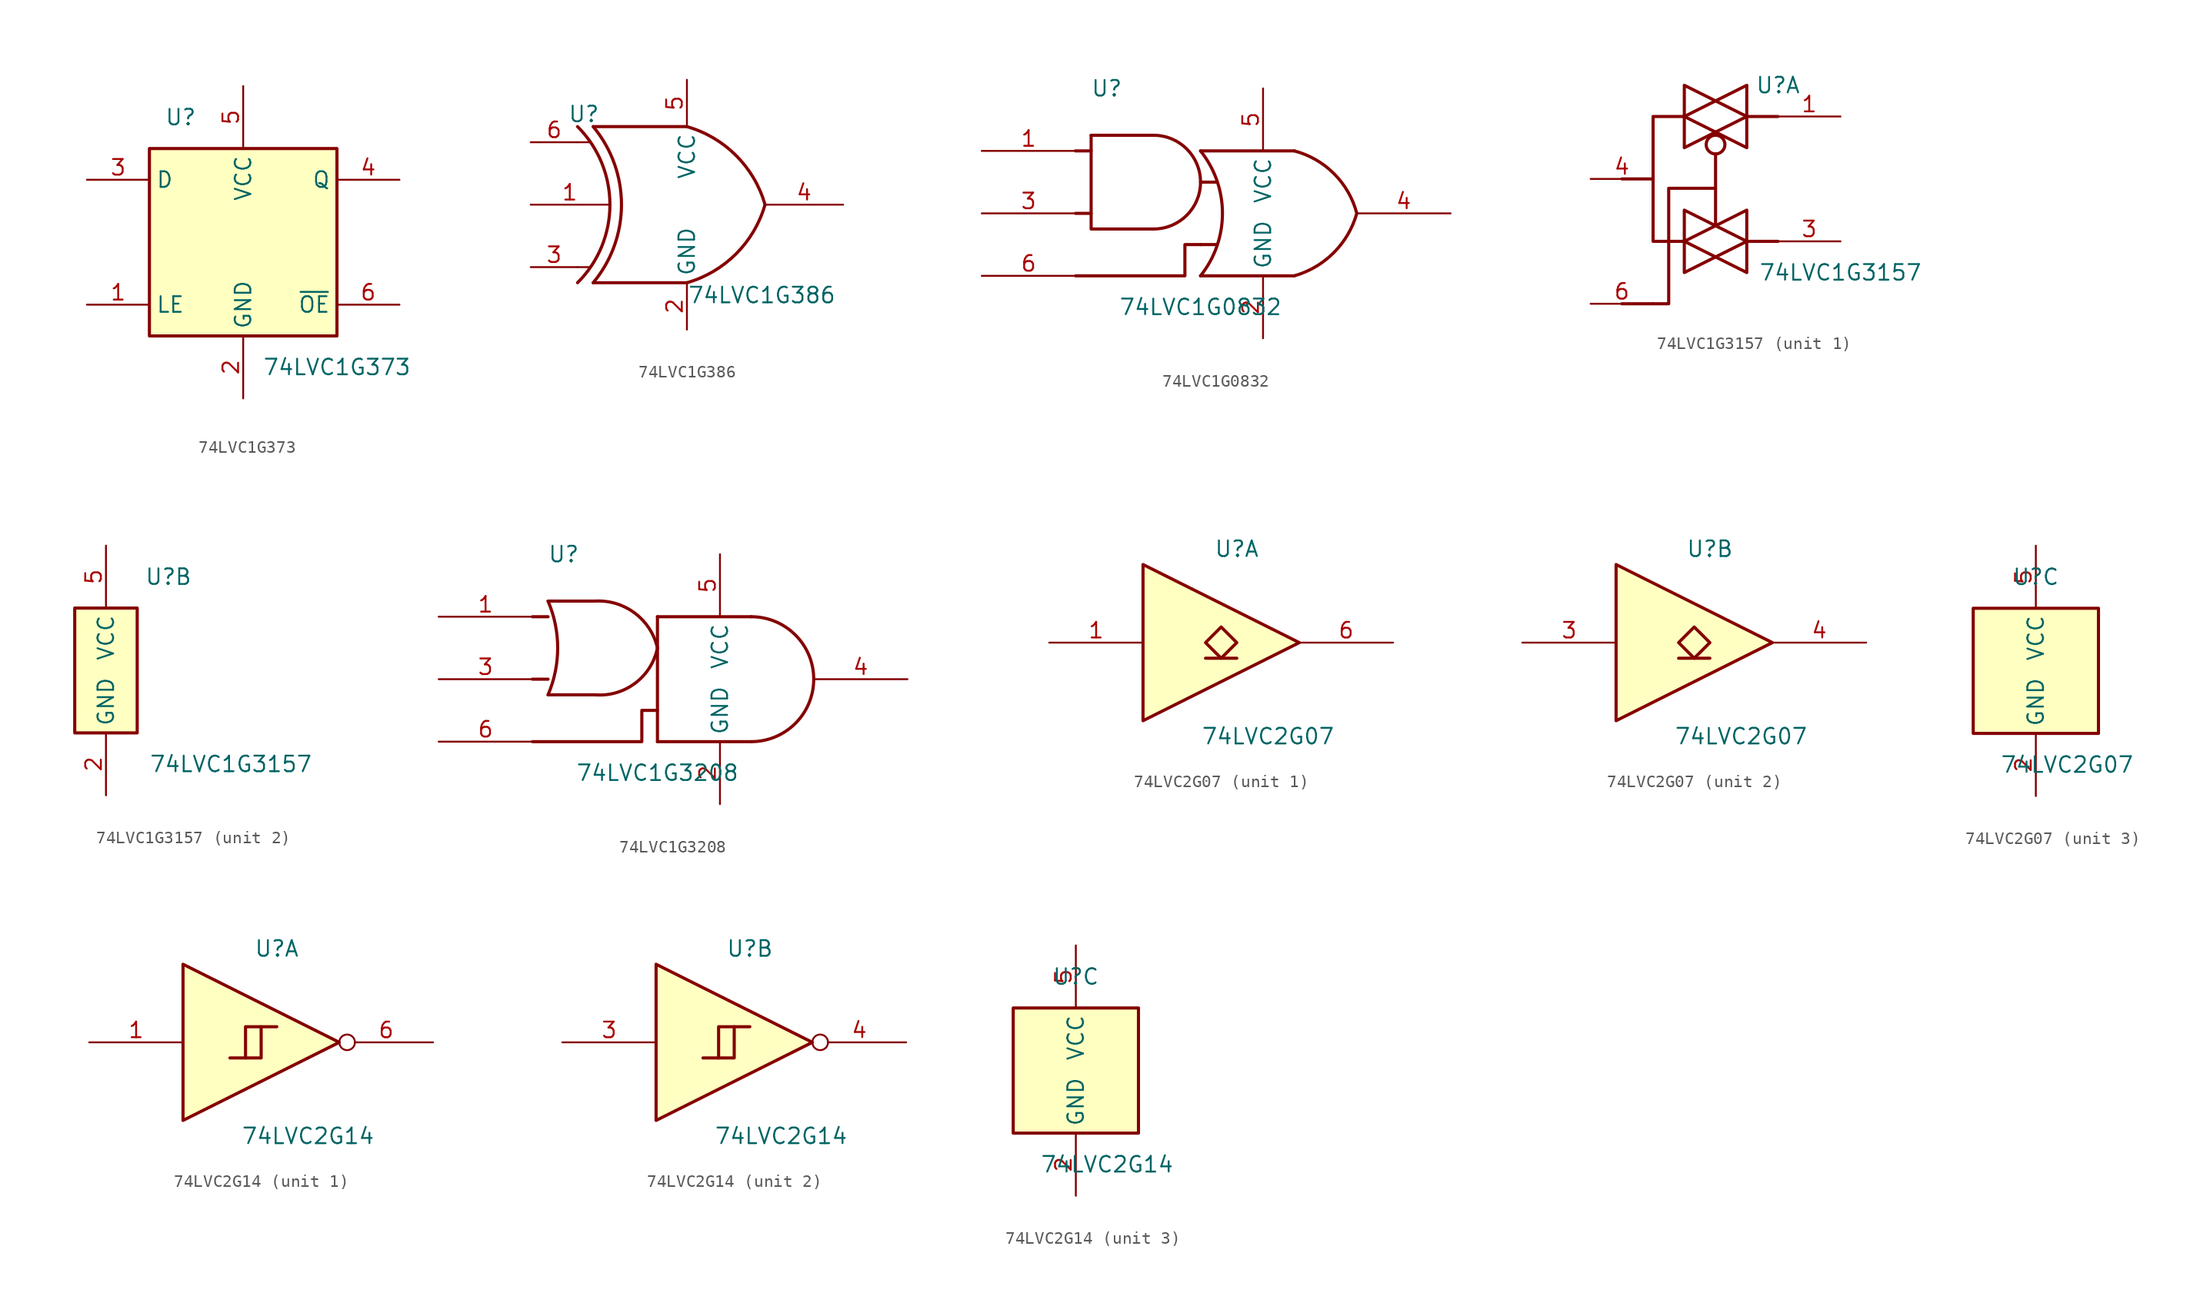
<source format=kicad_sym>
(kicad_symbol_lib
  (version 20241209)
  (generator "kicad_symbol_editor")
  (generator_version "9.0")
  (symbol "74LVC1G373"
    (property "Reference" "U"
      (at -5.08 10.16 0)
      (effects (font (size 1.27 1.27))))
    (property "Value" "74LVC1G373"
      (at 7.62 -10.16 0)
      (effects (font (size 1.27 1.27))))
    (symbol "74LVC1G373_0_1"
      (rectangle (start -7.62 7.62) (end 7.62 -7.62) (stroke (width 0.254) (type default)) (fill (type background))))
    (symbol "74LVC1G373_1_1"
      (pin input line (at -12.7 5.08 0) (length 5.08) (name "D" (effects (font (size 1.27 1.27)))) (number "3" (effects (font (size 1.27 1.27)))))
      (pin input line (at -12.7 -5.08 0) (length 5.08) (name "LE" (effects (font (size 1.27 1.27)))) (number "1" (effects (font (size 1.27 1.27)))))
      (pin power_in line (at 0 12.7 270) (length 5.08) (name "VCC" (effects (font (size 1.27 1.27)))) (number "5" (effects (font (size 1.27 1.27)))))
      (pin power_in line (at 0 -12.7 90) (length 5.08) (name "GND" (effects (font (size 1.27 1.27)))) (number "2" (effects (font (size 1.27 1.27)))))
      (pin tri_state line (at 12.7 5.08 180) (length 5.08) (name "Q" (effects (font (size 1.27 1.27)))) (number "4" (effects (font (size 1.27 1.27)))))
      (pin input line (at 12.7 -5.08 180) (length 5.08) (name "~{OE}" (effects (font (size 1.27 1.27)))) (number "6" (effects (font (size 1.27 1.27)))))))
  (symbol "74LVC1G386"
    (property "Reference" "U"
      (at -8.382 7.366 0)
      (effects (font (size 1.27 1.27))))
    (property "Value" "74LVC1G386"
      (at 6.096 -7.366 0)
      (effects (font (size 1.27 1.27))))
    (symbol "74LVC1G386_0_1"
      (arc (start -8.89 6.35) (mid -6.2598 0) (end -8.89 -6.35) (stroke (width 0.254) (type default)) (fill (type none)))
      (arc (start -7.62 6.35) (mid -5.321 0) (end -7.62 -6.35) (stroke (width 0.254) (type default)) (fill (type none)))
      (polyline (pts (xy -8.89 5.08) (xy -7.874 5.08)) (stroke (width 0) (type default)) (fill (type none)))
      (polyline (pts (xy -8.89 -5.08) (xy -7.874 -5.08)) (stroke (width 0) (type default)) (fill (type none)))
      (arc (start 6.35 0) (mid 3.9978 -3.9978) (end 0 -6.35) (stroke (width 0.254) (type default)) (fill (type none)))
      (arc (start 0 6.35) (mid 3.9978 3.9978) (end 6.35 0) (stroke (width 0.254) (type default)) (fill (type none)))
      (polyline (pts (xy 0 6.35) (xy -7.62 6.35)) (stroke (width 0.254) (type default)) (fill (type background)))
      (polyline (pts (xy 0 -6.35) (xy -7.62 -6.35)) (stroke (width 0.254) (type default)) (fill (type background))))
    (symbol "74LVC1G386_1_1"
      (pin input line (at -12.7 5.08 0) (length 3.81) (name "~" (effects (font (size 1.27 1.27)))) (number "6" (effects (font (size 1.27 1.27)))))
      (pin input line (at -12.7 0 0) (length 6.35) (name "~" (effects (font (size 1.27 1.27)))) (number "1" (effects (font (size 1.27 1.27)))))
      (pin input line (at -12.7 -5.08 0) (length 3.81) (name "~" (effects (font (size 1.27 1.27)))) (number "3" (effects (font (size 1.27 1.27)))))
      (pin power_in line (at 0 10.16 270) (length 3.81) (name "VCC" (effects (font (size 1.27 1.27)))) (number "5" (effects (font (size 1.27 1.27)))))
      (pin power_in line (at 0 -10.16 90) (length 3.81) (name "GND" (effects (font (size 1.27 1.27)))) (number "2" (effects (font (size 1.27 1.27)))))
      (pin output line (at 12.7 0 180) (length 6.35) (name "~" (effects (font (size 1.27 1.27)))) (number "4" (effects (font (size 1.27 1.27)))))))
  (symbol "74LVC1G0832"
    (property "Reference" "U"
      (at -7.62 10.16 0)
      (effects (font (size 1.27 1.27))))
    (property "Value" "74LVC1G0832"
      (at 0 -7.62 0)
      (effects (font (size 1.27 1.27))))
    (symbol "74LVC1G0832_0_1"
      (polyline (pts (xy -10.16 5.08) (xy -8.89 5.08)) (stroke (width 0.254) (type default)) (fill (type background)))
      (polyline (pts (xy -10.16 0) (xy -8.89 0)) (stroke (width 0.254) (type default)) (fill (type background)))
      (polyline (pts (xy -8.89 6.35) (xy -3.81 6.35)) (stroke (width 0.254) (type default)) (fill (type background)))
      (polyline (pts (xy -8.89 6.35) (xy -8.89 -1.27) (xy -3.81 -1.27)) (stroke (width 0.254) (type default)) (fill (type none)))
      (arc (start 0 5.08) (mid 1.782 0) (end 0 -5.08) (stroke (width 0.254) (type default)) (fill (type none)))
      (arc (start -3.81 6.35) (mid -0.0166 2.54) (end -3.81 -1.27) (stroke (width 0.254) (type default)) (fill (type none)))
      (polyline (pts (xy 0 2.54) (xy 1.27 2.54)) (stroke (width 0.254) (type default)) (fill (type background)))
      (polyline (pts (xy 0 -2.54) (xy 1.27 -2.54)) (stroke (width 0.254) (type default)) (fill (type background)))
      (polyline (pts (xy 0 -2.54) (xy -1.27 -2.54) (xy -1.27 -3.81) (xy -1.27 -5.08) (xy -10.16 -5.08)) (stroke (width 0.254) (type default)) (fill (type none)))
      (arc (start 12.7 0) (mid 10.822 -3.202) (end 7.62 -5.08) (stroke (width 0.254) (type default)) (fill (type none)))
      (arc (start 7.62 5.08) (mid 10.8471 3.2271) (end 12.7 0) (stroke (width 0.254) (type default)) (fill (type none)))
      (polyline (pts (xy 7.62 5.08) (xy 0 5.08)) (stroke (width 0.254) (type default)) (fill (type background)))
      (polyline (pts (xy 7.62 -5.08) (xy 0 -5.08)) (stroke (width 0.254) (type default)) (fill (type background))))
    (symbol "74LVC1G0832_1_1"
      (pin input line (at -17.78 5.08 0) (length 7.62) (name "~" (effects (font (size 1.27 1.27)))) (number "1" (effects (font (size 1.27 1.27)))))
      (pin input line (at -17.78 0 0) (length 7.62) (name "~" (effects (font (size 1.27 1.27)))) (number "3" (effects (font (size 1.27 1.27)))))
      (pin input line (at -17.78 -5.08 0) (length 7.62) (name "~" (effects (font (size 1.27 1.27)))) (number "6" (effects (font (size 1.27 1.27)))))
      (pin power_in line (at 5.08 10.16 270) (length 5.08) (name "VCC" (effects (font (size 1.27 1.27)))) (number "5" (effects (font (size 1.27 1.27)))))
      (pin power_in line (at 5.08 -10.16 90) (length 5.08) (name "GND" (effects (font (size 1.27 1.27)))) (number "2" (effects (font (size 1.27 1.27)))))
      (pin output line (at 20.32 0 180) (length 7.62) (name "~" (effects (font (size 1.27 1.27)))) (number "4" (effects (font (size 1.27 1.27)))))))
  (symbol "74LVC1G3157"
    (property "Reference" "U"
      (at 5.08 7.62 0)
      (effects (font (size 1.27 1.27))))
    (property "Value" "74LVC1G3157"
      (at 10.16 -7.62 0)
      (effects (font (size 1.27 1.27))))
    (property "ki_locked" ""
      (at 0 0 0)
      (effects (font (size 1.27 1.27))))
    (symbol "74LVC1G3157_1_1"
      (polyline (pts (xy -7.62 0) (xy -5.08 0)) (stroke (width 0.254) (type default)) (fill (type background)))
      (polyline (pts (xy -7.62 -10.16) (xy -5.08 -10.16)) (stroke (width 0.254) (type default)) (fill (type background)))
      (polyline (pts (xy -2.54 7.62) (xy 0 6.35) (xy -2.54 5.08) (xy -2.54 7.62)) (stroke (width 0.254) (type default)) (fill (type none)))
      (polyline (pts (xy -2.54 5.08) (xy 0 3.81) (xy -2.54 2.54) (xy -2.54 5.08)) (stroke (width 0.254) (type default)) (fill (type none)))
      (polyline (pts (xy -2.54 5.08) (xy -5.08 5.08) (xy -5.08 0) (xy -5.08 -5.08) (xy -2.54 -5.08)) (stroke (width 0.254) (type default)) (fill (type none)))
      (polyline (pts (xy -2.54 -2.54) (xy -2.54 -5.08) (xy 0 -3.81) (xy -2.54 -2.54)) (stroke (width 0.254) (type default)) (fill (type none)))
      (polyline (pts (xy -2.54 -5.08) (xy 0 -6.35) (xy -2.54 -7.62) (xy -2.54 -5.08)) (stroke (width 0.254) (type default)) (fill (type none)))
      (circle (center 0 2.794) (radius 0.762) (stroke (width 0.254) (type default)) (fill (type none)))
      (polyline (pts (xy 0 -0.762) (xy -3.81 -0.762) (xy -3.81 -10.16) (xy -5.08 -10.16)) (stroke (width 0.254) (type default)) (fill (type none)))
      (polyline (pts (xy 0 -3.81) (xy 0 2.032)) (stroke (width 0.254) (type default)) (fill (type none)))
      (polyline (pts (xy 2.54 5.08) (xy 2.54 7.62) (xy 0 6.35) (xy 2.54 5.08)) (stroke (width 0.254) (type default)) (fill (type none)))
      (polyline (pts (xy 2.54 5.08) (xy 2.54 2.54) (xy 0 3.81) (xy 2.54 5.08)) (stroke (width 0.254) (type default)) (fill (type none)))
      (polyline (pts (xy 2.54 -2.54) (xy 2.54 -5.08) (xy 0 -3.81) (xy 2.54 -2.54)) (stroke (width 0.254) (type default)) (fill (type none)))
      (polyline (pts (xy 2.54 -5.08) (xy 0 -6.35) (xy 2.54 -7.62) (xy 2.54 -5.08)) (stroke (width 0.254) (type default)) (fill (type none)))
      (polyline (pts (xy 5.08 5.08) (xy 2.54 5.08)) (stroke (width 0.254) (type default)) (fill (type background)))
      (polyline (pts (xy 5.08 -5.08) (xy 2.54 -5.08)) (stroke (width 0.254) (type default)) (fill (type background)))
      (pin bidirectional line (at -10.16 0 0) (length 5.08) (name "~" (effects (font (size 1.27 1.27)))) (number "4" (effects (font (size 1.27 1.27)))))
      (pin input line (at -10.16 -10.16 0) (length 5.08) (name "~" (effects (font (size 1.27 1.27)))) (number "6" (effects (font (size 1.27 1.27)))))
      (pin bidirectional line (at 10.16 5.08 180) (length 5.08) (name "~" (effects (font (size 1.27 1.27)))) (number "1" (effects (font (size 1.27 1.27)))))
      (pin bidirectional line (at 10.16 -5.08 180) (length 5.08) (name "~" (effects (font (size 1.27 1.27)))) (number "3" (effects (font (size 1.27 1.27))))))
    (symbol "74LVC1G3157_2_1"
      (rectangle (start -2.54 5.08) (end 2.54 -5.08) (stroke (width 0.254) (type default)) (fill (type background)))
      (pin power_in line (at 0 10.16 270) (length 5.08) (name "VCC" (effects (font (size 1.27 1.27)))) (number "5" (effects (font (size 1.27 1.27)))))
      (pin power_in line (at 0 -10.16 90) (length 5.08) (name "GND" (effects (font (size 1.27 1.27)))) (number "2" (effects (font (size 1.27 1.27)))))))
  (symbol "74LVC1G3208"
    (property "Reference" "U"
      (at -7.62 10.16 0)
      (effects (font (size 1.27 1.27))))
    (property "Value" "74LVC1G3208"
      (at 0 -7.62 0)
      (effects (font (size 1.27 1.27))))
    (symbol "74LVC1G3208_0_1"
      (arc (start -8.89 6.35) (mid -8.108 2.54) (end -8.89 -1.27) (stroke (width 0.254) (type default)) (fill (type none)))
      (polyline (pts (xy -10.16 5.08) (xy -8.89 5.08)) (stroke (width 0.254) (type default)) (fill (type background)))
      (polyline (pts (xy -10.16 0) (xy -8.89 0)) (stroke (width 0.254) (type default)) (fill (type background)))
      (polyline (pts (xy -5.08 6.35) (xy -8.89 6.35)) (stroke (width 0.254) (type default)) (fill (type background)))
      (polyline (pts (xy -5.08 -1.27) (xy -8.89 -1.27)) (stroke (width 0.254) (type default)) (fill (type background)))
      (arc (start -5.08 6.35) (mid -1.8415 5.3763) (end 0 2.54) (stroke (width 0.254) (type default)) (fill (type none)))
      (arc (start 0 2.54) (mid -1.8163 -0.3299) (end -5.08 -1.27) (stroke (width 0.254) (type default)) (fill (type none)))
      (polyline (pts (xy 0 5.08) (xy 0 -5.08)) (stroke (width 0.254) (type default)) (fill (type background)))
      (polyline (pts (xy 0 -2.54) (xy -1.27 -2.54) (xy -1.27 -3.81) (xy -1.27 -5.08) (xy -10.16 -5.08)) (stroke (width 0.254) (type default)) (fill (type none)))
      (arc (start 7.62 5.08) (mid 12.6779 0) (end 7.62 -5.08) (stroke (width 0.254) (type default)) (fill (type none)))
      (polyline (pts (xy 7.62 5.08) (xy 0 5.08)) (stroke (width 0.254) (type default)) (fill (type background)))
      (polyline (pts (xy 7.62 -5.08) (xy 0 -5.08)) (stroke (width 0.254) (type default)) (fill (type background))))
    (symbol "74LVC1G3208_1_1"
      (pin input line (at -17.78 5.08 0) (length 7.62) (name "~" (effects (font (size 1.27 1.27)))) (number "1" (effects (font (size 1.27 1.27)))))
      (pin input line (at -17.78 0 0) (length 7.62) (name "~" (effects (font (size 1.27 1.27)))) (number "3" (effects (font (size 1.27 1.27)))))
      (pin input line (at -17.78 -5.08 0) (length 7.62) (name "~" (effects (font (size 1.27 1.27)))) (number "6" (effects (font (size 1.27 1.27)))))
      (pin power_in line (at 5.08 10.16 270) (length 5.08) (name "VCC" (effects (font (size 1.27 1.27)))) (number "5" (effects (font (size 1.27 1.27)))))
      (pin power_in line (at 5.08 -10.16 90) (length 5.08) (name "GND" (effects (font (size 1.27 1.27)))) (number "2" (effects (font (size 1.27 1.27)))))
      (pin output line (at 20.32 0 180) (length 7.62) (name "~" (effects (font (size 1.27 1.27)))) (number "4" (effects (font (size 1.27 1.27)))))))
  (symbol "74LVC2G07"
    (property "Reference" "U"
      (at 0 7.62 0)
      (effects (font (size 1.27 1.27))))
    (property "Value" "74LVC2G07"
      (at 2.54 -7.62 0)
      (effects (font (size 1.27 1.27))))
    (symbol "74LVC2G07_1_1"
      (polyline (pts (xy -7.62 6.35) (xy -7.62 -6.35) (xy 5.08 0) (xy -7.62 6.35)) (stroke (width 0.254) (type default)) (fill (type background)))
      (polyline (pts (xy -2.54 -1.27) (xy 0 -1.27)) (stroke (width 0.254) (type default)) (fill (type background)))
      (polyline (pts (xy -1.27 1.27) (xy -2.54 0) (xy -1.27 -1.27) (xy 0 0) (xy -1.27 1.27)) (stroke (width 0.254) (type default)) (fill (type background)))
      (pin input line (at -15.24 0 0) (length 7.62) (name "~" (effects (font (size 1.27 1.27)))) (number "1" (effects (font (size 1.27 1.27)))))
      (pin open_collector line (at 12.7 0 180) (length 7.62) (name "~" (effects (font (size 1.27 1.27)))) (number "6" (effects (font (size 1.27 1.27))))))
    (symbol "74LVC2G07_2_1"
      (polyline (pts (xy -7.62 6.35) (xy -7.62 -6.35) (xy 5.08 0) (xy -7.62 6.35)) (stroke (width 0.254) (type default)) (fill (type background)))
      (polyline (pts (xy -2.54 -1.27) (xy 0 -1.27)) (stroke (width 0.254) (type default)) (fill (type background)))
      (polyline (pts (xy -1.27 1.27) (xy -2.54 0) (xy -1.27 -1.27) (xy 0 0) (xy -1.27 1.27)) (stroke (width 0.254) (type default)) (fill (type background)))
      (pin input line (at -15.24 0 0) (length 7.62) (name "~" (effects (font (size 1.27 1.27)))) (number "3" (effects (font (size 1.27 1.27)))))
      (pin open_collector line (at 12.7 0 180) (length 7.62) (name "~" (effects (font (size 1.27 1.27)))) (number "4" (effects (font (size 1.27 1.27))))))
    (symbol "74LVC2G07_3_0"
      (rectangle (start -5.08 -5.08) (end 5.08 5.08) (stroke (width 0.254) (type default)) (fill (type background))))
    (symbol "74LVC2G07_3_1"
      (pin power_in line (at 0 10.16 270) (length 5.08) (name "VCC" (effects (font (size 1.27 1.27)))) (number "5" (effects (font (size 1.27 1.27)))))
      (pin power_in line (at 0 -10.16 90) (length 5.08) (name "GND" (effects (font (size 1.27 1.27)))) (number "2" (effects (font (size 1.27 1.27)))))))
  (symbol "74LVC2G14"
    (property "Reference" "U"
      (at 0 7.62 0)
      (effects (font (size 1.27 1.27))))
    (property "Value" "74LVC2G14"
      (at 2.54 -7.62 0)
      (effects (font (size 1.27 1.27))))
    (symbol "74LVC2G14_1_1"
      (polyline (pts (xy -7.62 6.35) (xy -7.62 -6.35) (xy 5.08 0) (xy -7.62 6.35)) (stroke (width 0.254) (type default)) (fill (type background)))
      (polyline (pts (xy -3.81 -1.27) (xy -2.54 -1.27) (xy -2.54 1.27) (xy 0 1.27)) (stroke (width 0.254) (type default)) (fill (type background)))
      (polyline (pts (xy -2.54 -1.27) (xy -1.27 -1.27) (xy -1.27 1.27)) (stroke (width 0.254) (type default)) (fill (type background)))
      (pin input line (at -15.24 0 0) (length 7.62) (name "~" (effects (font (size 1.27 1.27)))) (number "1" (effects (font (size 1.27 1.27)))))
      (pin output inverted (at 12.7 0 180) (length 7.62) (name "~" (effects (font (size 1.27 1.27)))) (number "6" (effects (font (size 1.27 1.27))))))
    (symbol "74LVC2G14_2_1"
      (polyline (pts (xy -7.62 6.35) (xy -7.62 -6.35) (xy 5.08 0) (xy -7.62 6.35)) (stroke (width 0.254) (type default)) (fill (type background)))
      (polyline (pts (xy -3.81 -1.27) (xy -2.54 -1.27) (xy -2.54 1.27) (xy 0 1.27)) (stroke (width 0.254) (type default)) (fill (type background)))
      (polyline (pts (xy -2.54 -1.27) (xy -1.27 -1.27) (xy -1.27 1.27)) (stroke (width 0.254) (type default)) (fill (type background)))
      (pin input line (at -15.24 0 0) (length 7.62) (name "~" (effects (font (size 1.27 1.27)))) (number "3" (effects (font (size 1.27 1.27)))))
      (pin output inverted (at 12.7 0 180) (length 7.62) (name "~" (effects (font (size 1.27 1.27)))) (number "4" (effects (font (size 1.27 1.27))))))
    (symbol "74LVC2G14_3_0"
      (rectangle (start -5.08 -5.08) (end 5.08 5.08) (stroke (width 0.254) (type default)) (fill (type background))))
    (symbol "74LVC2G14_3_1"
      (pin power_in line (at 0 10.16 270) (length 5.08) (name "VCC" (effects (font (size 1.27 1.27)))) (number "5" (effects (font (size 1.27 1.27)))))
      (pin power_in line (at 0 -10.16 90) (length 5.08) (name "GND" (effects (font (size 1.27 1.27)))) (number "2" (effects (font (size 1.27 1.27))))))))
</source>
